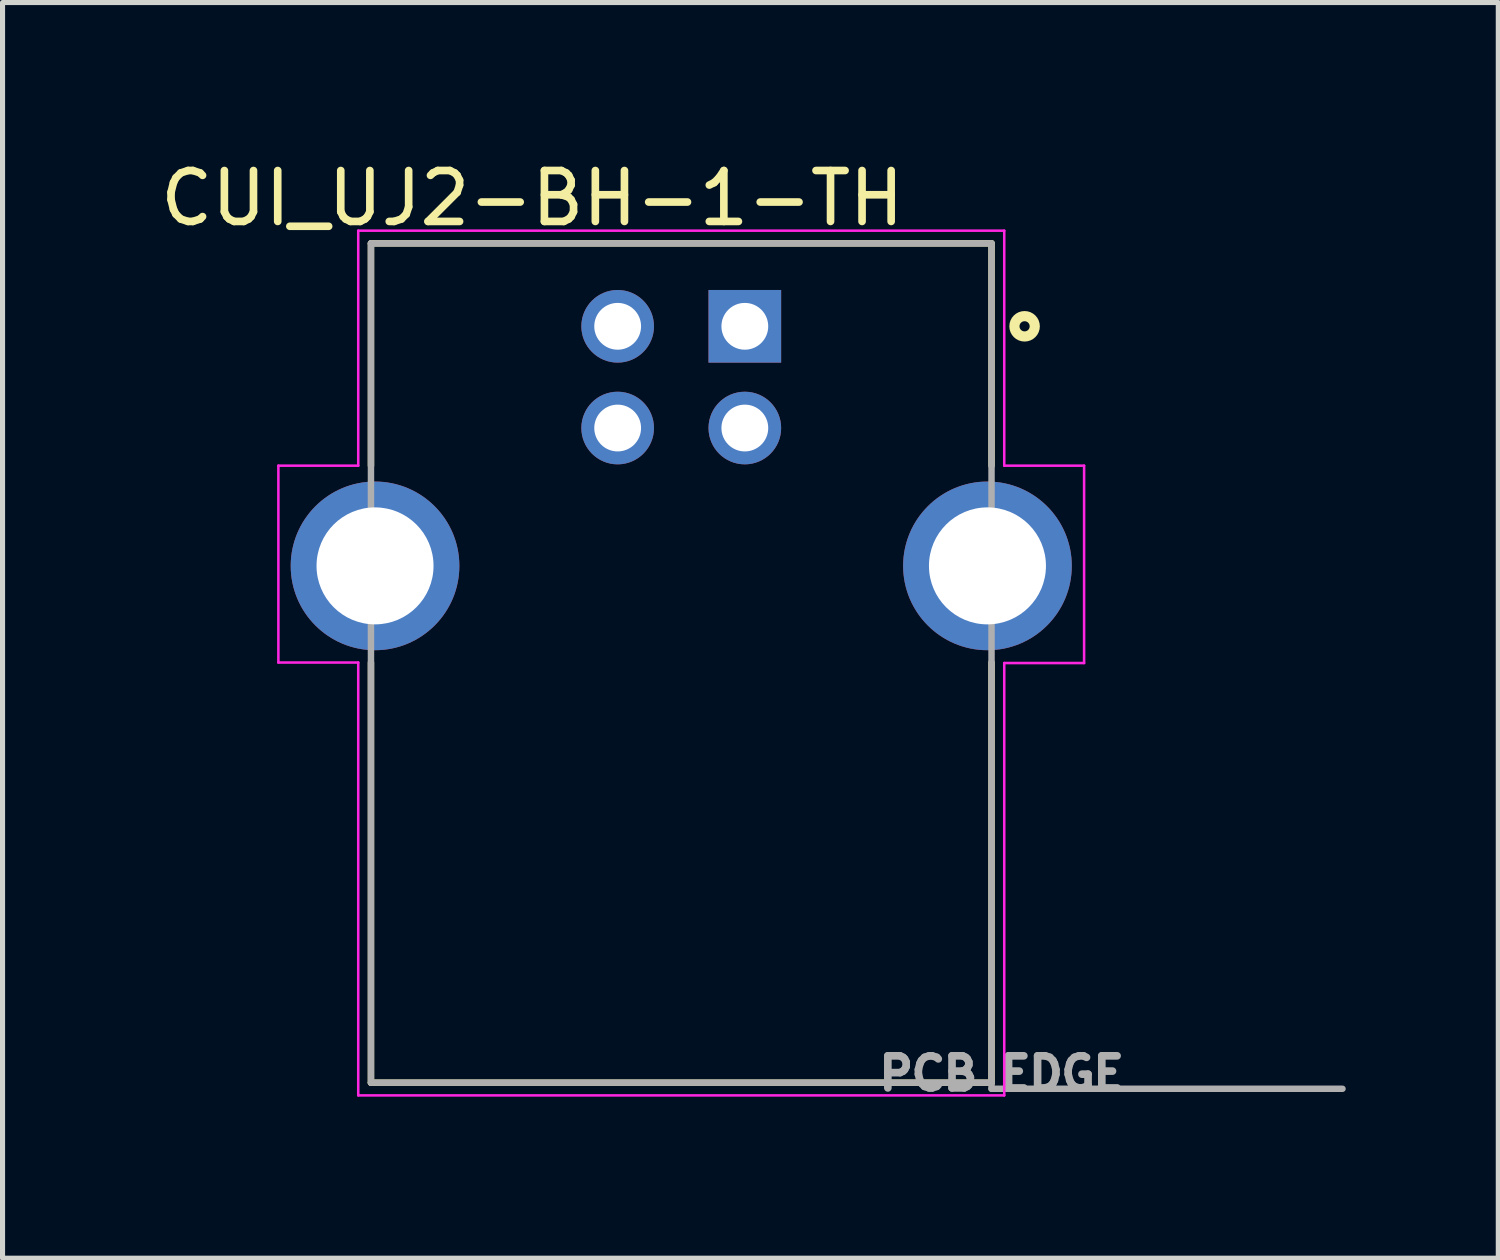
<source format=kicad_pcb>
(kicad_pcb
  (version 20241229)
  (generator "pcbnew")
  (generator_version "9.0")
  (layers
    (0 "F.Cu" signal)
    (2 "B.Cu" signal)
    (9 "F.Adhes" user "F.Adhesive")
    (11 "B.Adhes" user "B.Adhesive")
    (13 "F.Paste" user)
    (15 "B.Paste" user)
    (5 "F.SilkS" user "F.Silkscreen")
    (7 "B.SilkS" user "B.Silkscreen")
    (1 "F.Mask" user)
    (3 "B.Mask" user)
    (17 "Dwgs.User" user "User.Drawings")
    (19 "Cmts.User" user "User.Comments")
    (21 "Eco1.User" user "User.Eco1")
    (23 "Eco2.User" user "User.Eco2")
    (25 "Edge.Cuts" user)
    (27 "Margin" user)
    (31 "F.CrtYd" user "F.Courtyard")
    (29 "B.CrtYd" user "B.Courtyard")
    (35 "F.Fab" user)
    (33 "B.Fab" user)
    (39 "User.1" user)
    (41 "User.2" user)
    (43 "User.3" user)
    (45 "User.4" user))
  (footprint "CUI_UJ2-BH-1-TH"
    (layer "F.Cu")
    (at 11.593 3.365)
    (property "Reference" "CUI_UJ2-BH-1-TH" (at -4.178 -2.517 0) (layer "F.SilkS") (effects (font (size 1.001 1.001) (thickness 0.15))))
    (attr through_hole)
    (fp_line (start -7.35 -1.63) (end 4.85 -1.63) (stroke (width 0.127) (type solid)) (layer "F.SilkS"))
    (fp_line (start -7.35 2.74) (end -7.35 -1.63) (stroke (width 0.127) (type solid)) (layer "F.SilkS"))
    (fp_line (start -7.35 6.61) (end -7.35 14.87) (stroke (width 0.127) (type solid)) (layer "F.SilkS"))
    (fp_line (start -7.35 14.87) (end 4.85 14.87) (stroke (width 0.127) (type solid)) (layer "F.SilkS"))
    (fp_line (start 4.85 -1.63) (end 4.85 2.74) (stroke (width 0.127) (type solid)) (layer "F.SilkS"))
    (fp_line (start 4.85 14.87) (end 4.85 6.61) (stroke (width 0.127) (type solid)) (layer "F.SilkS"))
    (fp_circle (center 5.5 0) (end 5.7 0) (stroke (width 0.2) (type solid)) (fill no) (layer "F.SilkS"))
    (fp_line (start -9.17 2.74) (end -7.6 2.74) (stroke (width 0.05) (type solid)) (layer "F.CrtYd"))
    (fp_line (start -9.17 6.61) (end -9.17 2.74) (stroke (width 0.05) (type solid)) (layer "F.CrtYd"))
    (fp_line (start -7.6 -1.88) (end 5.1 -1.88) (stroke (width 0.05) (type solid)) (layer "F.CrtYd"))
    (fp_line (start -7.6 2.74) (end -7.6 -1.88) (stroke (width 0.05) (type solid)) (layer "F.CrtYd"))
    (fp_line (start -7.6 6.61) (end -9.17 6.61) (stroke (width 0.05) (type solid)) (layer "F.CrtYd"))
    (fp_line (start -7.6 15.12) (end -7.6 6.61) (stroke (width 0.05) (type solid)) (layer "F.CrtYd"))
    (fp_line (start 5.1 -1.88) (end 5.1 2.74) (stroke (width 0.05) (type solid)) (layer "F.CrtYd"))
    (fp_line (start 5.1 2.74) (end 6.67 2.74) (stroke (width 0.05) (type solid)) (layer "F.CrtYd"))
    (fp_line (start 5.1 6.62) (end 5.1 15.12) (stroke (width 0.05) (type solid)) (layer "F.CrtYd"))
    (fp_line (start 5.1 15.12) (end -7.6 15.12) (stroke (width 0.05) (type solid)) (layer "F.CrtYd"))
    (fp_line (start 6.67 2.74) (end 6.67 6.62) (stroke (width 0.05) (type solid)) (layer "F.CrtYd"))
    (fp_line (start 6.67 6.62) (end 5.1 6.62) (stroke (width 0.05) (type solid)) (layer "F.CrtYd"))
    (fp_line (start -7.35 -1.63) (end 4.85 -1.63) (stroke (width 0.127) (type solid)) (layer "F.Fab"))
    (fp_line (start -7.35 14.87) (end -7.35 -1.63) (stroke (width 0.127) (type solid)) (layer "F.Fab"))
    (fp_line (start 4.85 -1.63) (end 4.85 14.87) (stroke (width 0.127) (type solid)) (layer "F.Fab"))
    (fp_line (start 4.85 14.87) (end -7.35 14.87) (stroke (width 0.127) (type solid)) (layer "F.Fab"))
    (fp_line (start 4.85 14.87) (end 4.85 14.99) (stroke (width 0.127) (type solid)) (layer "F.Fab"))
    (fp_line (start 4.85 14.99) (end 11.75 14.99) (stroke (width 0.127) (type solid)) (layer "F.Fab"))
    (fp_circle (center 0 0) (end 0.2 0) (stroke (width 0.4) (type solid)) (fill no) (layer "F.Fab"))
    (fp_text user "PCB EDGE" (at 5.05 14.689 0) (layer "F.Fab") (effects (font (size 0.631 0.631) (thickness 0.15))))
    (pad "1" thru_hole rect (at 0 0) (size 1.428 1.428) (drill 0.92) (layers "*.Cu" "*.Mask"))
    (pad "2" thru_hole circle (at -2.5 0) (size 1.428 1.428) (drill 0.92) (layers "*.Cu" "*.Mask"))
    (pad "3" thru_hole circle (at -2.5 2) (size 1.428 1.428) (drill 0.92) (layers "*.Cu" "*.Mask"))
    (pad "4" thru_hole circle (at 0 2) (size 1.428 1.428) (drill 0.92) (layers "*.Cu" "*.Mask"))
    (pad "SH1" thru_hole circle (at -7.27 4.71) (size 3.316 3.316) (drill 2.3) (layers "*.Cu" "*.Mask"))
    (pad "SH2" thru_hole circle (at 4.77 4.71) (size 3.316 3.316) (drill 2.3) (layers "*.Cu" "*.Mask")))
  (gr_rect
    (start -3 -3)
    (end 26.406 21.686)
    (stroke (width 0.1) (type default))
    (fill no)
    (layer "Edge.Cuts")))
</source>
